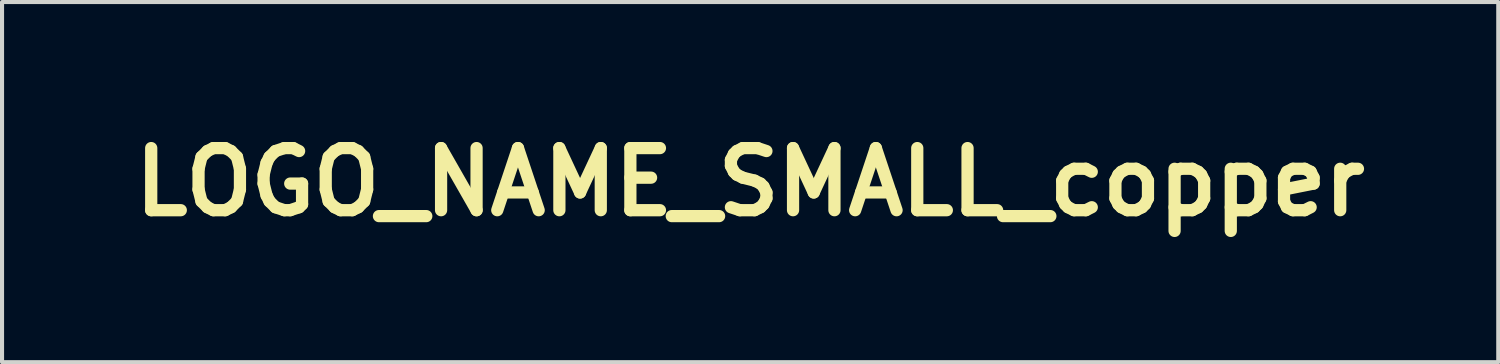
<source format=kicad_pcb>
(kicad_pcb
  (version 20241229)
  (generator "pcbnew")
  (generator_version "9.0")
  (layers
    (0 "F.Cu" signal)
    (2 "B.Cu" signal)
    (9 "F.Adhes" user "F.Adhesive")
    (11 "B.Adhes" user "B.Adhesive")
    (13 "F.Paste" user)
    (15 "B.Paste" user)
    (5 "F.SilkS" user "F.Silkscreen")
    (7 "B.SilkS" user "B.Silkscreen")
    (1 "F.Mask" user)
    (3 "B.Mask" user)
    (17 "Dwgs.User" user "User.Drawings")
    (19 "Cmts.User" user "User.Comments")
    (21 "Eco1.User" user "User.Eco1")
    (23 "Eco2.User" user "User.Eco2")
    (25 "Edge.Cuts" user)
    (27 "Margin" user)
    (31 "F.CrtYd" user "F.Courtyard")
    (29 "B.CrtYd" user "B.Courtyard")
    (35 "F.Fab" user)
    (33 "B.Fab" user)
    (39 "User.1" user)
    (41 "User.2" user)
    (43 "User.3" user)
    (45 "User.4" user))
  (footprint "LOGO_NAME_SMALL_copper"
    (layer "F.Cu")
    (at 15.356 1.418)
    (property "Reference" "LOGO_NAME_SMALL_copper" (at 0 0 0) (layer "F.SilkS") (effects (font (size 1.524 1.524) (thickness 0.3))))
    (attr through_hole)
    (fp_poly (pts (xy 1.433 -0.478) (xy 1.431 -0.438) (xy 1.42 -0.417) (xy 1.401 -0.413) (xy 1.363 -0.41) (xy 1.311 -0.407) (xy 1.254 -0.407) (xy 1.105 -0.406) (xy 1.099 0.514) (xy 1.041 0.518) (xy 1.004 0.519) (xy 0.979 0.515) (xy 0.974 0.513) (xy 0.972 0.498) (xy 0.97 0.462) (xy 0.969 0.405) (xy 0.967 0.332) (xy 0.966 0.245) (xy 0.965 0.148) (xy 0.965 0.049) (xy 0.965 -0.406) (xy 0.816 -0.407) (xy 0.756 -0.408) (xy 0.704 -0.41) (xy 0.667 -0.413) (xy 0.65 -0.417) (xy 0.639 -0.438) (xy 0.637 -0.478) (xy 0.641 -0.527) (xy 1.429 -0.527) (xy 1.433 -0.478)) (stroke (width 0.01) (type solid)) (fill yes) (layer "F.Mask"))
    (fp_poly (pts (xy -7.318 -0.485) (xy -7.316 -0.46) (xy -7.318 -0.441) (xy -7.328 -0.427) (xy -7.348 -0.417) (xy -7.381 -0.411) (xy -7.43 -0.408) (xy -7.498 -0.407) (xy -7.589 -0.406) (xy -7.603 -0.406) (xy -7.861 -0.406) (xy -7.861 -0.051) (xy -7.609 -0.051) (xy -7.52 -0.051) (xy -7.453 -0.05) (xy -7.405 -0.048) (xy -7.374 -0.043) (xy -7.354 -0.035) (xy -7.345 -0.023) (xy -7.341 -0.007) (xy -7.341 0.015) (xy -7.341 0.018) (xy -7.342 0.037) (xy -7.348 0.051) (xy -7.363 0.062) (xy -7.388 0.069) (xy -7.428 0.073) (xy -7.486 0.075) (xy -7.563 0.076) (xy -7.616 0.076) (xy -7.861 0.076) (xy -7.864 0.295) (xy -7.868 0.514) (xy -7.928 0.518) (xy -7.972 0.518) (xy -7.993 0.508) (xy -7.995 0.506) (xy -7.996 0.49) (xy -7.997 0.451) (xy -7.998 0.393) (xy -7.999 0.317) (xy -7.999 0.228) (xy -7.999 0.127) (xy -7.998 0.017) (xy -7.998 -0.019) (xy -7.995 -0.527) (xy -7.322 -0.527) (xy -7.318 -0.485)) (stroke (width 0.01) (type solid)) (fill yes) (layer "F.Mask"))
    (fp_poly (pts (xy 7.931 -0.53) (xy 7.974 -0.525) (xy 7.995 -0.514) (xy 7.998 -0.508) (xy 7.993 -0.493) (xy 7.976 -0.458) (xy 7.949 -0.408) (xy 7.914 -0.345) (xy 7.872 -0.273) (xy 7.825 -0.193) (xy 7.817 -0.181) (xy 7.633 0.128) (xy 7.63 0.321) (xy 7.626 0.514) (xy 7.561 0.518) (xy 7.52 0.519) (xy 7.498 0.513) (xy 7.488 0.501) (xy 7.485 0.481) (xy 7.483 0.442) (xy 7.481 0.387) (xy 7.48 0.322) (xy 7.48 0.303) (xy 7.48 0.125) (xy 7.303 -0.178) (xy 7.256 -0.258) (xy 7.214 -0.332) (xy 7.178 -0.398) (xy 7.15 -0.45) (xy 7.132 -0.488) (xy 7.125 -0.507) (xy 7.125 -0.507) (xy 7.127 -0.523) (xy 7.138 -0.531) (xy 7.165 -0.532) (xy 7.191 -0.531) (xy 7.258 -0.527) (xy 7.406 -0.281) (xy 7.449 -0.21) (xy 7.488 -0.147) (xy 7.52 -0.094) (xy 7.544 -0.055) (xy 7.558 -0.033) (xy 7.561 -0.029) (xy 7.569 -0.038) (xy 7.588 -0.066) (xy 7.615 -0.11) (xy 7.65 -0.166) (xy 7.691 -0.233) (xy 7.717 -0.279) (xy 7.868 -0.534) (xy 7.931 -0.53)) (stroke (width 0.01) (type solid)) (fill yes) (layer "F.Mask"))
    (fp_poly (pts (xy -3.317 -0.531) (xy -3.234 -0.527) (xy -3.14 -0.286) (xy -3.105 -0.194) (xy -3.064 -0.088) (xy -3.021 0.024) (xy -2.979 0.132) (xy -2.945 0.221) (xy -2.916 0.298) (xy -2.891 0.368) (xy -2.87 0.427) (xy -2.856 0.472) (xy -2.85 0.498) (xy -2.85 0.503) (xy -2.866 0.514) (xy -2.897 0.52) (xy -2.934 0.52) (xy -2.965 0.514) (xy -2.981 0.505) (xy -2.989 0.49) (xy -3.004 0.453) (xy -3.025 0.399) (xy -3.052 0.329) (xy -3.084 0.246) (xy -3.119 0.154) (xy -3.155 0.057) (xy -3.192 -0.042) (xy -3.227 -0.133) (xy -3.257 -0.214) (xy -3.283 -0.281) (xy -3.303 -0.333) (xy -3.315 -0.366) (xy -3.32 -0.378) (xy -3.325 -0.368) (xy -3.338 -0.336) (xy -3.358 -0.285) (xy -3.384 -0.219) (xy -3.414 -0.139) (xy -3.448 -0.048) (xy -3.485 0.05) (xy -3.487 0.054) (xy -3.524 0.154) (xy -3.559 0.246) (xy -3.591 0.329) (xy -3.618 0.399) (xy -3.639 0.454) (xy -3.654 0.49) (xy -3.661 0.505) (xy -3.682 0.516) (xy -3.715 0.521) (xy -3.752 0.519) (xy -3.781 0.512) (xy -3.793 0.502) (xy -3.79 0.487) (xy -3.779 0.451) (xy -3.76 0.398) (xy -3.737 0.331) (xy -3.708 0.251) (xy -3.676 0.164) (xy -3.642 0.07) (xy -3.606 -0.026) (xy -3.57 -0.121) (xy -3.535 -0.213) (xy -3.503 -0.298) (xy -3.473 -0.373) (xy -3.448 -0.436) (xy -3.429 -0.483) (xy -3.416 -0.512) (xy -3.412 -0.518) (xy -3.392 -0.528) (xy -3.349 -0.531) (xy -3.317 -0.531)) (stroke (width 0.01) (type solid)) (fill yes) (layer "F.Mask"))
    (fp_poly (pts (xy -5.583 -0.535) (xy -5.51 -0.533) (xy -5.443 -0.529) (xy -5.386 -0.524) (xy -5.344 -0.517) (xy -5.332 -0.514) (xy -5.253 -0.475) (xy -5.193 -0.42) (xy -5.152 -0.349) (xy -5.133 -0.265) (xy -5.131 -0.228) (xy -5.142 -0.138) (xy -5.172 -0.06) (xy -5.22 0.004) (xy -5.284 0.05) (xy -5.311 0.062) (xy -5.346 0.075) (xy -5.231 0.274) (xy -5.195 0.339) (xy -5.163 0.397) (xy -5.139 0.445) (xy -5.124 0.479) (xy -5.121 0.493) (xy -5.135 0.507) (xy -5.165 0.516) (xy -5.201 0.52) (xy -5.234 0.516) (xy -5.251 0.508) (xy -5.263 0.493) (xy -5.284 0.459) (xy -5.313 0.41) (xy -5.347 0.351) (xy -5.38 0.291) (xy -5.492 0.089) (xy -5.623 0.089) (xy -5.753 0.089) (xy -5.753 0.285) (xy -5.754 0.354) (xy -5.755 0.415) (xy -5.757 0.463) (xy -5.759 0.494) (xy -5.761 0.501) (xy -5.778 0.514) (xy -5.81 0.521) (xy -5.847 0.521) (xy -5.879 0.515) (xy -5.897 0.501) (xy -5.898 0.501) (xy -5.9 0.483) (xy -5.901 0.444) (xy -5.903 0.386) (xy -5.904 0.313) (xy -5.905 0.228) (xy -5.905 0.135) (xy -5.905 0.037) (xy -5.905 -0.022) (xy -5.753 -0.022) (xy -5.584 -0.028) (xy -5.509 -0.031) (xy -5.456 -0.035) (xy -5.418 -0.041) (xy -5.39 -0.049) (xy -5.372 -0.058) (xy -5.32 -0.098) (xy -5.289 -0.147) (xy -5.278 -0.21) (xy -5.278 -0.222) (xy -5.286 -0.287) (xy -5.312 -0.338) (xy -5.36 -0.379) (xy -5.373 -0.387) (xy -5.396 -0.398) (xy -5.424 -0.406) (xy -5.463 -0.411) (xy -5.517 -0.415) (xy -5.585 -0.417) (xy -5.753 -0.422) (xy -5.753 -0.022) (xy -5.905 -0.022) (xy -5.905 -0.063) (xy -5.905 -0.16) (xy -5.904 -0.253) (xy -5.904 -0.336) (xy -5.902 -0.407) (xy -5.901 -0.463) (xy -5.899 -0.5) (xy -5.898 -0.513) (xy -5.883 -0.521) (xy -5.847 -0.527) (xy -5.794 -0.531) (xy -5.73 -0.534) (xy -5.658 -0.535) (xy -5.583 -0.535)) (stroke (width 0.01) (type solid)) (fill yes) (layer "F.Mask"))
    (fp_poly (pts (xy 5.418 -0.535) (xy 5.48 -0.534) (xy 5.53 -0.531) (xy 5.564 -0.528) (xy 5.569 -0.527) (xy 5.651 -0.495) (xy 5.719 -0.446) (xy 5.77 -0.382) (xy 5.784 -0.353) (xy 5.798 -0.298) (xy 5.803 -0.23) (xy 5.8 -0.161) (xy 5.787 -0.1) (xy 5.78 -0.082) (xy 5.752 -0.037) (xy 5.713 0.006) (xy 5.669 0.041) (xy 5.632 0.058) (xy 5.609 0.068) (xy 5.601 0.078) (xy 5.607 0.092) (xy 5.624 0.125) (xy 5.649 0.172) (xy 5.681 0.228) (xy 5.709 0.276) (xy 5.745 0.34) (xy 5.775 0.398) (xy 5.799 0.446) (xy 5.813 0.48) (xy 5.817 0.492) (xy 5.815 0.51) (xy 5.804 0.518) (xy 5.78 0.52) (xy 5.75 0.518) (xy 5.683 0.514) (xy 5.445 0.089) (xy 5.182 0.089) (xy 5.182 0.285) (xy 5.181 0.354) (xy 5.18 0.415) (xy 5.178 0.463) (xy 5.175 0.494) (xy 5.174 0.501) (xy 5.157 0.514) (xy 5.125 0.521) (xy 5.088 0.521) (xy 5.055 0.515) (xy 5.037 0.501) (xy 5.037 0.501) (xy 5.035 0.483) (xy 5.033 0.443) (xy 5.032 0.385) (xy 5.031 0.312) (xy 5.03 0.228) (xy 5.03 0.135) (xy 5.029 0.037) (xy 5.03 -0.022) (xy 5.182 -0.022) (xy 5.35 -0.028) (xy 5.429 -0.032) (xy 5.488 -0.037) (xy 5.53 -0.044) (xy 5.562 -0.055) (xy 5.566 -0.057) (xy 5.615 -0.092) (xy 5.645 -0.144) (xy 5.656 -0.213) (xy 5.657 -0.225) (xy 5.648 -0.289) (xy 5.621 -0.339) (xy 5.572 -0.381) (xy 5.561 -0.387) (xy 5.539 -0.398) (xy 5.511 -0.406) (xy 5.472 -0.411) (xy 5.417 -0.415) (xy 5.35 -0.417) (xy 5.182 -0.422) (xy 5.182 -0.022) (xy 5.03 -0.022) (xy 5.03 -0.062) (xy 5.03 -0.16) (xy 5.031 -0.252) (xy 5.032 -0.335) (xy 5.034 -0.407) (xy 5.035 -0.464) (xy 5.037 -0.501) (xy 5.039 -0.517) (xy 5.054 -0.522) (xy 5.09 -0.526) (xy 5.142 -0.53) (xy 5.206 -0.532) (xy 5.276 -0.534) (xy 5.348 -0.535) (xy 5.418 -0.535)) (stroke (width 0.01) (type solid)) (fill yes) (layer "F.Mask"))
    (fp_poly (pts (xy -0.97 -0.537) (xy -0.882 -0.502) (xy -0.806 -0.451) (xy -0.747 -0.386) (xy -0.708 -0.31) (xy -0.703 -0.295) (xy -0.691 -0.244) (xy -0.691 -0.213) (xy -0.705 -0.197) (xy -0.737 -0.192) (xy -0.763 -0.193) (xy -0.802 -0.196) (xy -0.823 -0.204) (xy -0.836 -0.222) (xy -0.845 -0.247) (xy -0.882 -0.32) (xy -0.935 -0.374) (xy -1.005 -0.409) (xy -1.09 -0.424) (xy -1.119 -0.425) (xy -1.203 -0.414) (xy -1.271 -0.385) (xy -1.323 -0.336) (xy -1.348 -0.295) (xy -1.36 -0.27) (xy -1.368 -0.245) (xy -1.374 -0.214) (xy -1.377 -0.173) (xy -1.38 -0.117) (xy -1.382 -0.041) (xy -1.382 -0.029) (xy -1.383 0.071) (xy -1.38 0.149) (xy -1.373 0.21) (xy -1.36 0.258) (xy -1.341 0.296) (xy -1.316 0.329) (xy -1.305 0.34) (xy -1.262 0.374) (xy -1.217 0.395) (xy -1.16 0.406) (xy -1.102 0.408) (xy -1.016 0.399) (xy -0.946 0.371) (xy -0.892 0.323) (xy -0.853 0.254) (xy -0.845 0.234) (xy -0.834 0.205) (xy -0.82 0.189) (xy -0.795 0.183) (xy -0.763 0.18) (xy -0.719 0.181) (xy -0.695 0.191) (xy -0.689 0.216) (xy -0.697 0.26) (xy -0.698 0.264) (xy -0.733 0.348) (xy -0.789 0.419) (xy -0.866 0.474) (xy -0.879 0.481) (xy -0.921 0.502) (xy -0.957 0.515) (xy -0.994 0.523) (xy -1.041 0.527) (xy -1.095 0.529) (xy -1.16 0.531) (xy -1.207 0.529) (xy -1.245 0.523) (xy -1.281 0.512) (xy -1.294 0.507) (xy -1.373 0.462) (xy -1.44 0.398) (xy -1.49 0.32) (xy -1.5 0.297) (xy -1.511 0.269) (xy -1.518 0.242) (xy -1.524 0.211) (xy -1.527 0.173) (xy -1.529 0.122) (xy -1.53 0.053) (xy -1.53 -0.013) (xy -1.53 -0.096) (xy -1.529 -0.158) (xy -1.528 -0.204) (xy -1.524 -0.238) (xy -1.519 -0.265) (xy -1.51 -0.289) (xy -1.499 -0.314) (xy -1.497 -0.318) (xy -1.443 -0.408) (xy -1.376 -0.476) (xy -1.295 -0.524) (xy -1.199 -0.55) (xy -1.175 -0.553) (xy -1.069 -0.555) (xy -0.97 -0.537)) (stroke (width 0.01) (type solid)) (fill yes) (layer "F.Mask"))
    (fp_poly (pts (xy 3.293 -0.542) (xy 3.382 -0.513) (xy 3.456 -0.464) (xy 3.516 -0.395) (xy 3.552 -0.333) (xy 3.564 -0.308) (xy 3.573 -0.286) (xy 3.579 -0.263) (xy 3.584 -0.234) (xy 3.586 -0.196) (xy 3.587 -0.144) (xy 3.588 -0.074) (xy 3.588 0) (xy 3.588 0.088) (xy 3.587 0.155) (xy 3.585 0.204) (xy 3.583 0.241) (xy 3.578 0.269) (xy 3.571 0.292) (xy 3.562 0.315) (xy 3.555 0.33) (xy 3.509 0.409) (xy 3.452 0.468) (xy 3.382 0.509) (xy 3.295 0.533) (xy 3.2 0.542) (xy 3.131 0.543) (xy 3.08 0.539) (xy 3.038 0.53) (xy 3.02 0.524) (xy 2.936 0.484) (xy 2.871 0.432) (xy 2.821 0.365) (xy 2.805 0.335) (xy 2.762 0.248) (xy 2.762 -0.006) (xy 2.762 -0.006) (xy 2.908 -0.006) (xy 2.908 0.071) (xy 2.909 0.127) (xy 2.912 0.168) (xy 2.916 0.199) (xy 2.923 0.224) (xy 2.934 0.248) (xy 2.943 0.267) (xy 2.979 0.325) (xy 3.022 0.366) (xy 3.079 0.395) (xy 3.093 0.4) (xy 3.139 0.414) (xy 3.178 0.417) (xy 3.222 0.411) (xy 3.259 0.4) (xy 3.328 0.367) (xy 3.386 0.312) (xy 3.424 0.254) (xy 3.434 0.23) (xy 3.441 0.199) (xy 3.446 0.157) (xy 3.45 0.098) (xy 3.452 0.027) (xy 3.452 -0.087) (xy 3.445 -0.18) (xy 3.429 -0.254) (xy 3.405 -0.312) (xy 3.37 -0.355) (xy 3.325 -0.388) (xy 3.316 -0.393) (xy 3.235 -0.422) (xy 3.156 -0.427) (xy 3.082 -0.41) (xy 3.016 -0.372) (xy 2.963 -0.313) (xy 2.943 -0.28) (xy 2.93 -0.253) (xy 2.921 -0.229) (xy 2.915 -0.203) (xy 2.911 -0.17) (xy 2.909 -0.125) (xy 2.908 -0.062) (xy 2.908 -0.006) (xy 2.762 -0.006) (xy 2.762 -0.093) (xy 2.763 -0.158) (xy 2.764 -0.206) (xy 2.767 -0.242) (xy 2.772 -0.269) (xy 2.779 -0.292) (xy 2.789 -0.315) (xy 2.798 -0.333) (xy 2.851 -0.417) (xy 2.919 -0.48) (xy 3.003 -0.523) (xy 3.102 -0.547) (xy 3.188 -0.552) (xy 3.293 -0.542)) (stroke (width 0.01) (type solid)) (fill yes) (layer "F.Mask")))
  (gr_rect
    (start -3 -3)
    (end 33.712 5.836)
    (stroke (width 0.1) (type default))
    (fill no)
    (layer "Edge.Cuts")))
</source>
